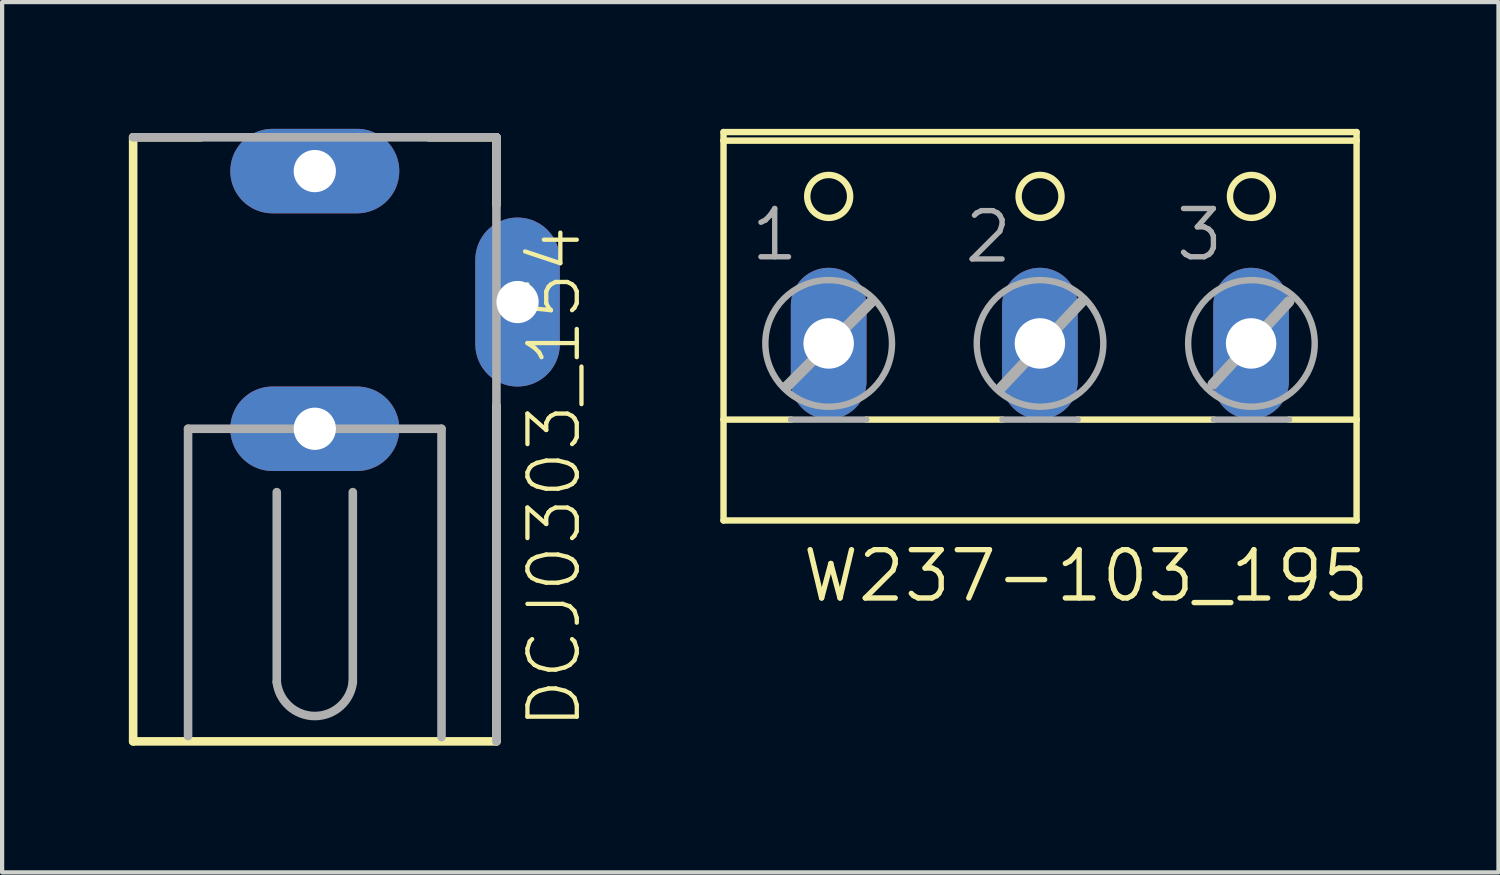
<source format=kicad_pcb>
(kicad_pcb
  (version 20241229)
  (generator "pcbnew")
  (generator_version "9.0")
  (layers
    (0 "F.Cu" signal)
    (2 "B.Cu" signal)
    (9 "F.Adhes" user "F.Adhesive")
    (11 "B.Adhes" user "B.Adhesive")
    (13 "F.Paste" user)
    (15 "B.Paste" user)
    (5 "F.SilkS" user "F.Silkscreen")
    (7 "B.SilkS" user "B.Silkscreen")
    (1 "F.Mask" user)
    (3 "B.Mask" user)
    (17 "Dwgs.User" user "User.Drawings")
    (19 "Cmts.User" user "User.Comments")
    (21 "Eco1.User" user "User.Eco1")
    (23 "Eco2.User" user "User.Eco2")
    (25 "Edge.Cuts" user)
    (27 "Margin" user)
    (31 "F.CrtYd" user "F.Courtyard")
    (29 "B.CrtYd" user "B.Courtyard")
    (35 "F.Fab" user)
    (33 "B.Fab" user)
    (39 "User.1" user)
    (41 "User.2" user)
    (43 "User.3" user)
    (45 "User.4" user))
  (footprint "DCJ0303_154"
    (layer "F.Cu")
    (at 4.402 4.1)
    (property "Reference" "DCJ0303_154" (at 6.35 10.16 90) (layer "F.SilkS") (effects (font (size 1.168 1.168) (thickness 0.102)) (justify left bottom)))
    (fp_line (start -4.3 -3.9) (end -4.3 10.4) (stroke (width 0.203) (type solid)) (layer "F.SilkS"))
    (fp_line (start -4.3 10.4) (end 4.3 10.4) (stroke (width 0.203) (type solid)) (layer "F.SilkS"))
    (fp_line (start -2.7 -3.9) (end -4.3 -3.9) (stroke (width 0.203) (type solid)) (layer "F.SilkS"))
    (fp_line (start 4.3 -3.9) (end 2.7 -3.9) (stroke (width 0.203) (type solid)) (layer "F.SilkS"))
    (fp_line (start 4.3 -2.3) (end 4.3 -3.9) (stroke (width 0.203) (type solid)) (layer "F.SilkS"))
    (fp_line (start 4.3 10.4) (end 4.3 2.45) (stroke (width 0.203) (type solid)) (layer "F.SilkS"))
    (fp_line (start -3 10.275) (end -3 3) (stroke (width 0.203) (type solid)) (layer "F.Fab"))
    (fp_line (start -0.9 9) (end -0.9 4.5) (stroke (width 0.203) (type solid)) (layer "F.Fab"))
    (fp_line (start 0.9 9) (end 0.9 4.5) (stroke (width 0.203) (type solid)) (layer "F.Fab"))
    (fp_line (start 3 3) (end -3 3) (stroke (width 0.203) (type solid)) (layer "F.Fab"))
    (fp_line (start 3 10.3) (end 3 3) (stroke (width 0.203) (type solid)) (layer "F.Fab"))
    (fp_line (start 4.3 -3.9) (end -4.3 -3.9) (stroke (width 0.203) (type solid)) (layer "F.Fab"))
    (fp_line (start 4.3 10.4) (end 4.3 -3.9) (stroke (width 0.203) (type solid)) (layer "F.Fab"))
    (fp_arc (start 0.9 8.999998) (mid 0.000001 9.800308) (end -0.9 9) (stroke (width 0.2032) (type solid)) (layer "F.Fab"))
    (pad "1" thru_hole oval (at 0 -3.1 180) (size 4 2) (drill 1) (layers "*.Cu" "*.Mask"))
    (pad "2" thru_hole oval (at 4.8 0 90) (size 4 2) (drill 1) (layers "*.Cu" "*.Mask"))
    (pad "3" thru_hole oval (at 0 3 180) (size 4 2) (drill 1) (layers "*.Cu" "*.Mask")))
  (footprint "W237-103_195"
    (layer "F.Cu")
    (at 21.567 3.79)
    (property "Reference" "W237-103_195" (at -5.686 7.462 0) (layer "F.SilkS") (effects (font (size 1.143 1.143) (thickness 0.127)) (justify left bottom)))
    (fp_line (start -7.489 -3.511) (end -7.489 -3.714) (stroke (width 0.152) (type solid)) (layer "F.SilkS"))
    (fp_line (start -7.489 3.093) (end -7.489 -3.511) (stroke (width 0.152) (type solid)) (layer "F.SilkS"))
    (fp_line (start -7.489 3.093) (end -5.889 3.093) (stroke (width 0.152) (type solid)) (layer "F.SilkS"))
    (fp_line (start -7.489 5.481) (end -7.489 3.093) (stroke (width 0.152) (type solid)) (layer "F.SilkS"))
    (fp_line (start -7.489 5.481) (end 7.497 5.481) (stroke (width 0.152) (type solid)) (layer "F.SilkS"))
    (fp_line (start -4.111 3.093) (end -0.885 3.093) (stroke (width 0.152) (type solid)) (layer "F.SilkS"))
    (fp_line (start 0.893 3.093) (end 4.119 3.093) (stroke (width 0.152) (type solid)) (layer "F.SilkS"))
    (fp_line (start 5.897 3.093) (end 7.497 3.093) (stroke (width 0.152) (type solid)) (layer "F.SilkS"))
    (fp_line (start 7.497 -3.714) (end -7.489 -3.714) (stroke (width 0.152) (type solid)) (layer "F.SilkS"))
    (fp_line (start 7.497 -3.714) (end 7.497 -3.511) (stroke (width 0.152) (type solid)) (layer "F.SilkS"))
    (fp_line (start 7.497 -3.511) (end -7.489 -3.511) (stroke (width 0.152) (type solid)) (layer "F.SilkS"))
    (fp_line (start 7.497 -3.511) (end 7.497 3.093) (stroke (width 0.152) (type solid)) (layer "F.SilkS"))
    (fp_line (start 7.497 3.093) (end 7.497 5.481) (stroke (width 0.152) (type solid)) (layer "F.SilkS"))
    (fp_circle (center -5 -2.19) (end -4.492 -2.19) (stroke (width 0.152) (type solid)) (fill no) (layer "F.SilkS"))
    (fp_circle (center 0.004 -2.19) (end 0.512 -2.19) (stroke (width 0.152) (type solid)) (fill no) (layer "F.SilkS"))
    (fp_circle (center 5.008 -2.19) (end 5.516 -2.19) (stroke (width 0.152) (type solid)) (fill no) (layer "F.SilkS"))
    (fp_line (start -5.991 2.306) (end -3.984 0.299) (stroke (width 0.254) (type solid)) (layer "F.Fab"))
    (fp_line (start -5.889 3.093) (end -4.111 3.093) (stroke (width 0.152) (type solid)) (layer "F.Fab"))
    (fp_line (start -0.911 2.331) (end 0.994 0.299) (stroke (width 0.254) (type solid)) (layer "F.Fab"))
    (fp_line (start -0.885 3.093) (end 0.893 3.093) (stroke (width 0.152) (type solid)) (layer "F.Fab"))
    (fp_line (start 4.093 2.255) (end 5.897 0.299) (stroke (width 0.254) (type solid)) (layer "F.Fab"))
    (fp_line (start 4.119 3.093) (end 5.897 3.093) (stroke (width 0.152) (type solid)) (layer "F.Fab"))
    (fp_circle (center -5 1.29) (end -3.501 1.29) (stroke (width 0.152) (type solid)) (fill no) (layer "F.Fab"))
    (fp_circle (center 0.004 1.29) (end 1.502 1.29) (stroke (width 0.152) (type solid)) (fill no) (layer "F.Fab"))
    (fp_circle (center 5.008 1.29) (end 6.506 1.29) (stroke (width 0.152) (type solid)) (fill no) (layer "F.Fab"))
    (fp_text user "2" (at -1.85 -0.564 0) (layer "F.Fab") (effects (font (size 1.143 1.143) (thickness 0.127)) (justify left bottom)))
    (fp_text user "1" (at -6.905 -0.615 0) (layer "F.Fab") (effects (font (size 1.143 1.143) (thickness 0.127)) (justify left bottom)))
    (fp_text user "3" (at 3.153 -0.615 0) (layer "F.Fab") (effects (font (size 1.143 1.143) (thickness 0.127)) (justify left bottom)))
    (pad "1" thru_hole oval (at -5 1.29 90) (size 3.581 1.791) (drill 1.194) (layers "*.Cu" "*.Mask"))
    (pad "2" thru_hole oval (at 0 1.29 90) (size 3.581 1.791) (drill 1.194) (layers "*.Cu" "*.Mask"))
    (pad "3" thru_hole oval (at 5 1.29 90) (size 3.581 1.791) (drill 1.194) (layers "*.Cu" "*.Mask")))
  (gr_rect
    (start -3 -3)
    (end 32.423 17.602)
    (stroke (width 0.1) (type default))
    (fill no)
    (layer "Edge.Cuts")))
</source>
